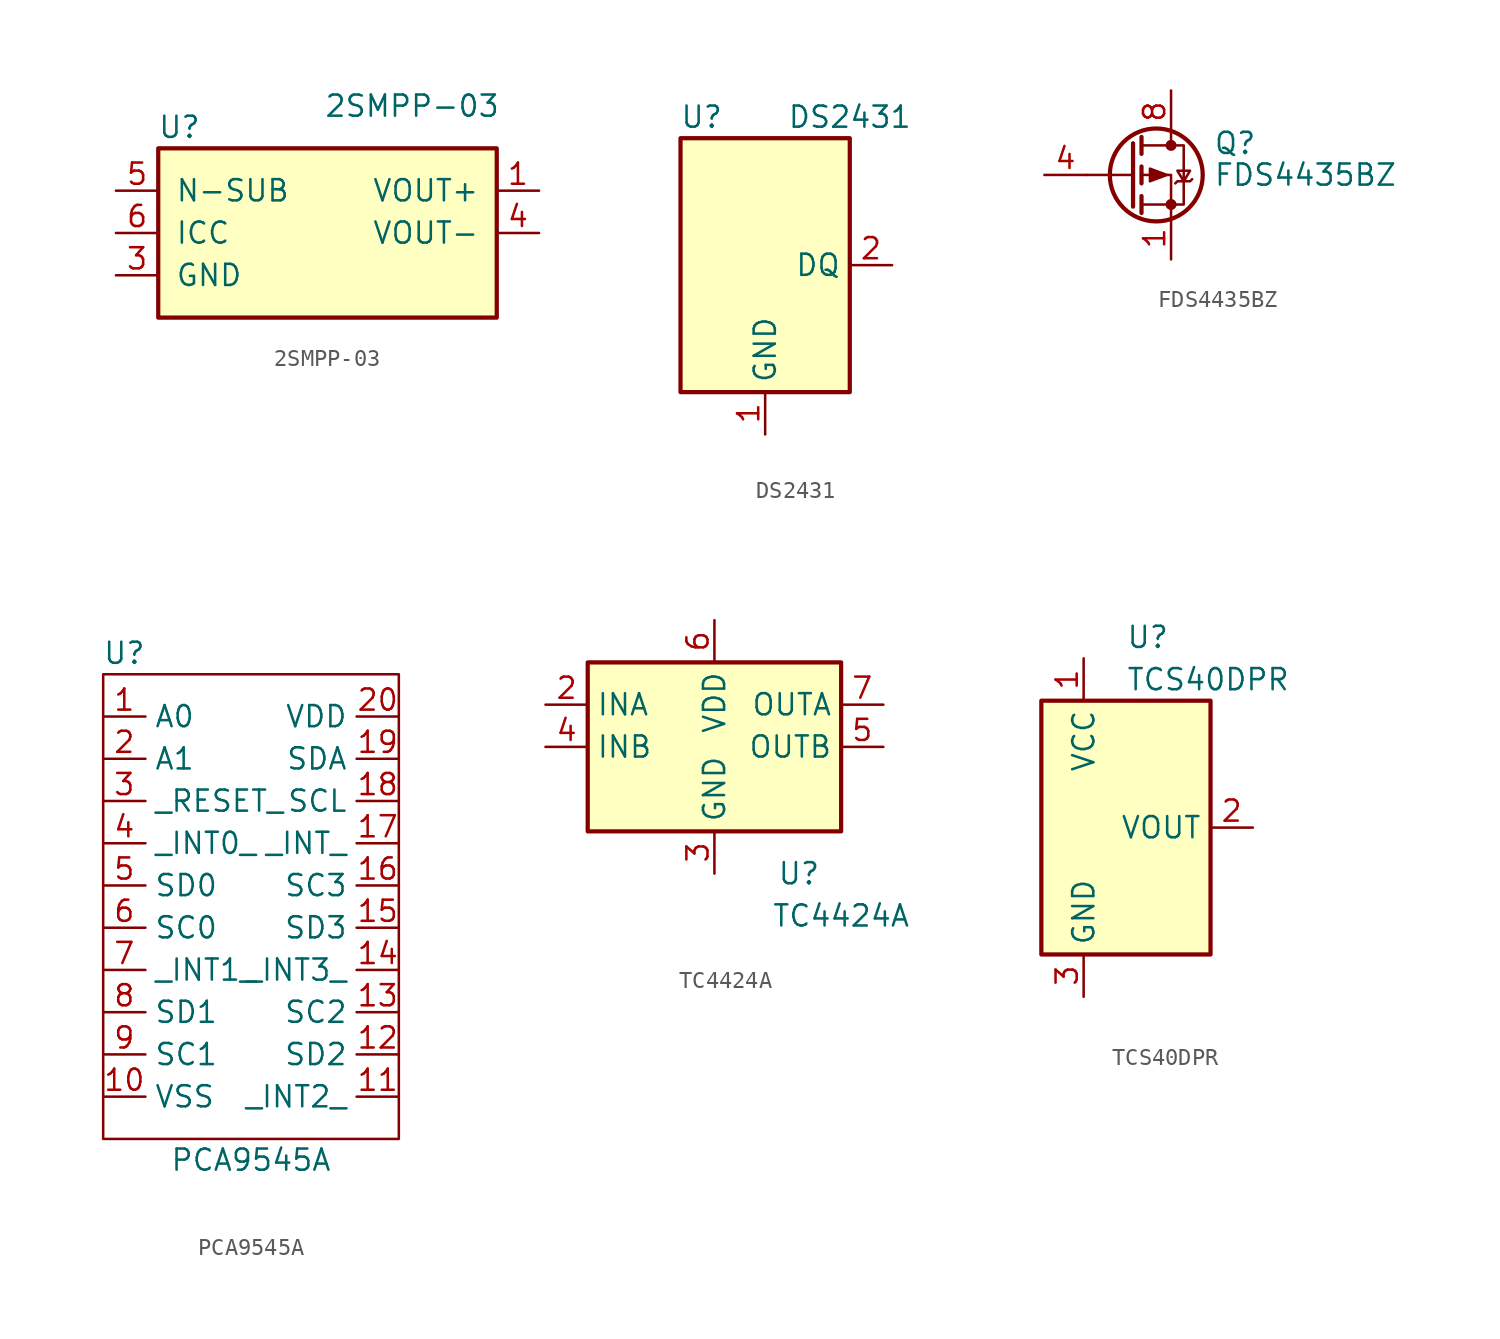
<source format=kicad_sym>
(kicad_symbol_lib
  (version 20211014)
  (generator kicad_symbol_editor)
  (symbol "2SMPP-03"
    (pin_names
      (offset 1.016))
    (property "Reference" "U"
      (at -8.89 6.35 0)
      (effects (font (size 1.27 1.27))))
    (property "Value" "2SMPP-03"
      (at 5.08 7.62 0)
      (effects (font (size 1.27 1.27))))
    (symbol "2SMPP-03_0_1"
      (rectangle (start -10.16 5.08) (end 10.16 -5.08) (stroke (width 0.254) (type default) (color 0 0 0 0)) (fill (type background))))
    (symbol "2SMPP-03_1_1"
      (pin output line (at 12.7 2.54 180) (length 2.54) (name "VOUT+" (effects (font (size 1.27 1.27)))) (number "1" (effects (font (size 1.27 1.27)))))
      (pin no_connect line (at -10.16 -2.54 0) (length 2.54) hide (name "NC" (effects (font (size 1.27 1.27)))) (number "2" (effects (font (size 1.27 1.27)))))
      (pin passive line (at -12.7 -2.54 0) (length 2.54) (name "GND" (effects (font (size 1.27 1.27)))) (number "3" (effects (font (size 1.27 1.27)))))
      (pin output line (at 12.7 0 180) (length 2.54) (name "VOUT-" (effects (font (size 1.27 1.27)))) (number "4" (effects (font (size 1.27 1.27)))))
      (pin passive line (at -12.7 2.54 0) (length 2.54) (name "N-SUB" (effects (font (size 1.27 1.27)))) (number "5" (effects (font (size 1.27 1.27)))))
      (pin passive line (at -12.7 0 0) (length 2.54) (name "ICC" (effects (font (size 1.27 1.27)))) (number "6" (effects (font (size 1.27 1.27)))))))
  (symbol "DS2431"
    (property "Reference" "U"
      (at -3.81 8.89 0)
      (effects (font (size 1.27 1.27))))
    (property "Value" "DS2431"
      (at 5.08 8.89 0)
      (effects (font (size 1.27 1.27))))
    (symbol "DS2431_0_1"
      (rectangle (start 5.08 -7.62) (end -5.08 7.62) (stroke (width 0.254) (type default) (color 0 0 0 0)) (fill (type background))))
    (symbol "DS2431_1_1"
      (pin power_in line (at 0 -10.16 90) (length 2.54) (name "GND" (effects (font (size 1.27 1.27)))) (number "1" (effects (font (size 1.27 1.27)))))
      (pin bidirectional line (at 7.62 0 180) (length 2.54) (name "DQ" (effects (font (size 1.27 1.27)))) (number "2" (effects (font (size 1.27 1.27)))))
      (pin no_connect line (at -5.08 5.08 0) (length 2.54) hide (name "NC" (effects (font (size 1.27 1.27)))) (number "3" (effects (font (size 1.27 1.27)))))
      (pin no_connect line (at -5.08 2.54 0) (length 2.54) hide (name "NC" (effects (font (size 1.27 1.27)))) (number "4" (effects (font (size 1.27 1.27)))))
      (pin no_connect line (at -5.08 -2.54 0) (length 2.54) hide (name "NC" (effects (font (size 1.27 1.27)))) (number "5" (effects (font (size 1.27 1.27)))))
      (pin no_connect line (at -5.08 -5.08 0) (length 2.54) hide (name "NC" (effects (font (size 1.27 1.27)))) (number "6" (effects (font (size 1.27 1.27)))))))
  (symbol "FDS4435BZ"
    (pin_names hide)
    (property "Reference" "Q"
      (at 5.08 1.905 0)
      (effects (font (size 1.27 1.27)) (justify left)))
    (property "Value" "FDS4435BZ"
      (at 5.08 0 0)
      (effects (font (size 1.27 1.27)) (justify left)))
    (symbol "FDS4435BZ_0_1"
      (polyline (pts (xy 0.254 0) (xy -2.54 0)) (stroke (width 0) (type default) (color 0 0 0 0)) (fill (type none)))
      (polyline (pts (xy 0.254 1.905) (xy 0.254 -1.905)) (stroke (width 0.254) (type default) (color 0 0 0 0)) (fill (type none)))
      (polyline (pts (xy 0.762 -1.27) (xy 0.762 -2.286)) (stroke (width 0.254) (type default) (color 0 0 0 0)) (fill (type none)))
      (polyline (pts (xy 0.762 0.508) (xy 0.762 -0.508)) (stroke (width 0.254) (type default) (color 0 0 0 0)) (fill (type none)))
      (polyline (pts (xy 0.762 2.286) (xy 0.762 1.27)) (stroke (width 0.254) (type default) (color 0 0 0 0)) (fill (type none)))
      (polyline (pts (xy 2.54 2.54) (xy 2.54 1.778)) (stroke (width 0) (type default) (color 0 0 0 0)) (fill (type none)))
      (polyline (pts (xy 2.54 -2.54) (xy 2.54 0) (xy 0.762 0)) (stroke (width 0) (type default) (color 0 0 0 0)) (fill (type none)))
      (polyline (pts (xy 0.762 1.778) (xy 3.302 1.778) (xy 3.302 -1.778) (xy 0.762 -1.778)) (stroke (width 0) (type default) (color 0 0 0 0)) (fill (type none)))
      (polyline (pts (xy 2.286 0) (xy 1.27 0.381) (xy 1.27 -0.381) (xy 2.286 0)) (stroke (width 0) (type default) (color 0 0 0 0)) (fill (type outline)))
      (polyline (pts (xy 2.794 -0.508) (xy 2.921 -0.381) (xy 3.683 -0.381) (xy 3.81 -0.254)) (stroke (width 0) (type default) (color 0 0 0 0)) (fill (type none)))
      (polyline (pts (xy 3.302 -0.381) (xy 2.921 0.254) (xy 3.683 0.254) (xy 3.302 -0.381)) (stroke (width 0) (type default) (color 0 0 0 0)) (fill (type none)))
      (circle (center 1.651 0) (radius 2.794) (stroke (width 0.254) (type default) (color 0 0 0 0)) (fill (type none)))
      (circle (center 2.54 -1.778) (radius 0.254) (stroke (width 0) (type default) (color 0 0 0 0)) (fill (type outline)))
      (circle (center 2.54 1.778) (radius 0.254) (stroke (width 0) (type default) (color 0 0 0 0)) (fill (type outline))))
    (symbol "FDS4435BZ_1_1"
      (pin passive line (at 2.54 -5.08 90) (length 2.54) (name "S" (effects (font (size 1.27 1.27)))) (number "1" (effects (font (size 1.27 1.27)))))
      (pin passive line (at 2.54 -5.08 90) (length 2.54) hide (name "S" (effects (font (size 1.27 1.27)))) (number "2" (effects (font (size 1.27 1.27)))))
      (pin passive line (at 2.54 -5.08 90) (length 2.54) hide (name "S" (effects (font (size 1.27 1.27)))) (number "3" (effects (font (size 1.27 1.27)))))
      (pin passive line (at -5.08 0 0) (length 2.54) (name "G" (effects (font (size 1.27 1.27)))) (number "4" (effects (font (size 1.27 1.27)))))
      (pin passive line (at 2.54 5.08 270) (length 2.54) hide (name "D" (effects (font (size 1.27 1.27)))) (number "5" (effects (font (size 1.27 1.27)))))
      (pin passive line (at 2.54 5.08 270) (length 2.54) hide (name "D" (effects (font (size 1.27 1.27)))) (number "6" (effects (font (size 1.27 1.27)))))
      (pin passive line (at 2.54 5.08 270) (length 2.54) hide (name "D" (effects (font (size 1.27 1.27)))) (number "7" (effects (font (size 1.27 1.27)))))
      (pin passive line (at 2.54 5.08 270) (length 2.54) (name "D" (effects (font (size 1.27 1.27)))) (number "8" (effects (font (size 1.27 1.27)))))))
  (symbol "PCA9545A"
    (property "Reference" "U"
      (at -7.62 29.21 0)
      (effects (font (size 1.27 1.27))))
    (property "Value" "PCA9545A"
      (at 0 -1.27 0)
      (effects (font (size 1.27 1.27))))
    (symbol "PCA9545A_0_1"
      (rectangle (start -8.89 27.94) (end 8.89 0) (stroke (width 0) (type default) (color 0 0 0 0)) (fill (type none))))
    (symbol "PCA9545A_1_1"
      (pin unspecified line (at -8.89 25.4 0) (length 2.54) (name "A0" (effects (font (size 1.27 1.27)))) (number "1" (effects (font (size 1.27 1.27)))))
      (pin unspecified line (at -8.89 2.54 0) (length 2.54) (name "VSS" (effects (font (size 1.27 1.27)))) (number "10" (effects (font (size 1.27 1.27)))))
      (pin unspecified line (at 8.89 2.54 180) (length 2.54) (name "_INT2_" (effects (font (size 1.27 1.27)))) (number "11" (effects (font (size 1.27 1.27)))))
      (pin unspecified line (at 8.89 5.08 180) (length 2.54) (name "SD2" (effects (font (size 1.27 1.27)))) (number "12" (effects (font (size 1.27 1.27)))))
      (pin unspecified line (at 8.89 7.62 180) (length 2.54) (name "SC2" (effects (font (size 1.27 1.27)))) (number "13" (effects (font (size 1.27 1.27)))))
      (pin unspecified line (at 8.89 10.16 180) (length 2.54) (name "_INT3_" (effects (font (size 1.27 1.27)))) (number "14" (effects (font (size 1.27 1.27)))))
      (pin unspecified line (at 8.89 12.7 180) (length 2.54) (name "SD3" (effects (font (size 1.27 1.27)))) (number "15" (effects (font (size 1.27 1.27)))))
      (pin unspecified line (at 8.89 15.24 180) (length 2.54) (name "SC3" (effects (font (size 1.27 1.27)))) (number "16" (effects (font (size 1.27 1.27)))))
      (pin unspecified line (at 8.89 17.78 180) (length 2.54) (name "_INT_" (effects (font (size 1.27 1.27)))) (number "17" (effects (font (size 1.27 1.27)))))
      (pin unspecified line (at 8.89 20.32 180) (length 2.54) (name "SCL" (effects (font (size 1.27 1.27)))) (number "18" (effects (font (size 1.27 1.27)))))
      (pin unspecified line (at 8.89 22.86 180) (length 2.54) (name "SDA" (effects (font (size 1.27 1.27)))) (number "19" (effects (font (size 1.27 1.27)))))
      (pin unspecified line (at -8.89 22.86 0) (length 2.54) (name "A1" (effects (font (size 1.27 1.27)))) (number "2" (effects (font (size 1.27 1.27)))))
      (pin unspecified line (at 8.89 25.4 180) (length 2.54) (name "VDD" (effects (font (size 1.27 1.27)))) (number "20" (effects (font (size 1.27 1.27)))))
      (pin unspecified line (at -8.89 20.32 0) (length 2.54) (name "_RESET_" (effects (font (size 1.27 1.27)))) (number "3" (effects (font (size 1.27 1.27)))))
      (pin unspecified line (at -8.89 17.78 0) (length 2.54) (name "_INT0_" (effects (font (size 1.27 1.27)))) (number "4" (effects (font (size 1.27 1.27)))))
      (pin unspecified line (at -8.89 15.24 0) (length 2.54) (name "SD0" (effects (font (size 1.27 1.27)))) (number "5" (effects (font (size 1.27 1.27)))))
      (pin unspecified line (at -8.89 12.7 0) (length 2.54) (name "SC0" (effects (font (size 1.27 1.27)))) (number "6" (effects (font (size 1.27 1.27)))))
      (pin unspecified line (at -8.89 10.16 0) (length 2.54) (name "_INT1_" (effects (font (size 1.27 1.27)))) (number "7" (effects (font (size 1.27 1.27)))))
      (pin unspecified line (at -8.89 7.62 0) (length 2.54) (name "SD1" (effects (font (size 1.27 1.27)))) (number "8" (effects (font (size 1.27 1.27)))))
      (pin unspecified line (at -8.89 5.08 0) (length 2.54) (name "SC1" (effects (font (size 1.27 1.27)))) (number "9" (effects (font (size 1.27 1.27)))))))
  (symbol "TC4424A"
    (property "Reference" "U"
      (at 5.08 -7.62 0)
      (effects (font (size 1.27 1.27))))
    (property "Value" "TC4424A"
      (at 7.62 -10.16 0)
      (effects (font (size 1.27 1.27))))
    (symbol "TC4424A_0_1"
      (rectangle (start -7.62 5.08) (end 7.62 -5.08) (stroke (width 0.254) (type default) (color 0 0 0 0)) (fill (type background))))
    (symbol "TC4424A_1_1"
      (pin input line (at -10.16 2.54 0) (length 2.54) (name "INA" (effects (font (size 1.27 1.27)))) (number "2" (effects (font (size 1.27 1.27)))))
      (pin power_in line (at 0 -7.62 90) (length 2.54) (name "GND" (effects (font (size 1.27 1.27)))) (number "3" (effects (font (size 1.27 1.27)))))
      (pin input line (at -10.16 0 0) (length 2.54) (name "INB" (effects (font (size 1.27 1.27)))) (number "4" (effects (font (size 1.27 1.27)))))
      (pin input line (at 10.16 0 180) (length 2.54) (name "OUTB" (effects (font (size 1.27 1.27)))) (number "5" (effects (font (size 1.27 1.27)))))
      (pin power_in line (at 0 7.62 270) (length 2.54) (name "VDD" (effects (font (size 1.27 1.27)))) (number "6" (effects (font (size 1.27 1.27)))))
      (pin input line (at 10.16 2.54 180) (length 2.54) (name "OUTA" (effects (font (size 1.27 1.27)))) (number "7" (effects (font (size 1.27 1.27)))))))
  (symbol "TCS40DPR"
    (property "Reference" "U"
      (at 0 11.43 0)
      (effects (font (size 1.27 1.27)) (justify left)))
    (property "Value" "TCS40DPR"
      (at 0 8.89 0)
      (effects (font (size 1.27 1.27)) (justify left)))
    (symbol "TCS40DPR_0_1"
      (rectangle (start -5.08 7.62) (end 5.08 -7.62) (stroke (width 0.254) (type default) (color 0 0 0 0)) (fill (type background))))
    (symbol "TCS40DPR_1_1"
      (pin power_in line (at -2.54 10.16 270) (length 2.54) (name "VCC" (effects (font (size 1.27 1.27)))) (number "1" (effects (font (size 1.27 1.27)))))
      (pin output line (at 7.62 0 180) (length 2.54) (name "VOUT" (effects (font (size 1.27 1.27)))) (number "2" (effects (font (size 1.27 1.27)))))
      (pin power_in line (at -2.54 -10.16 90) (length 2.54) (name "GND" (effects (font (size 1.27 1.27)))) (number "3" (effects (font (size 1.27 1.27))))))))
</source>
